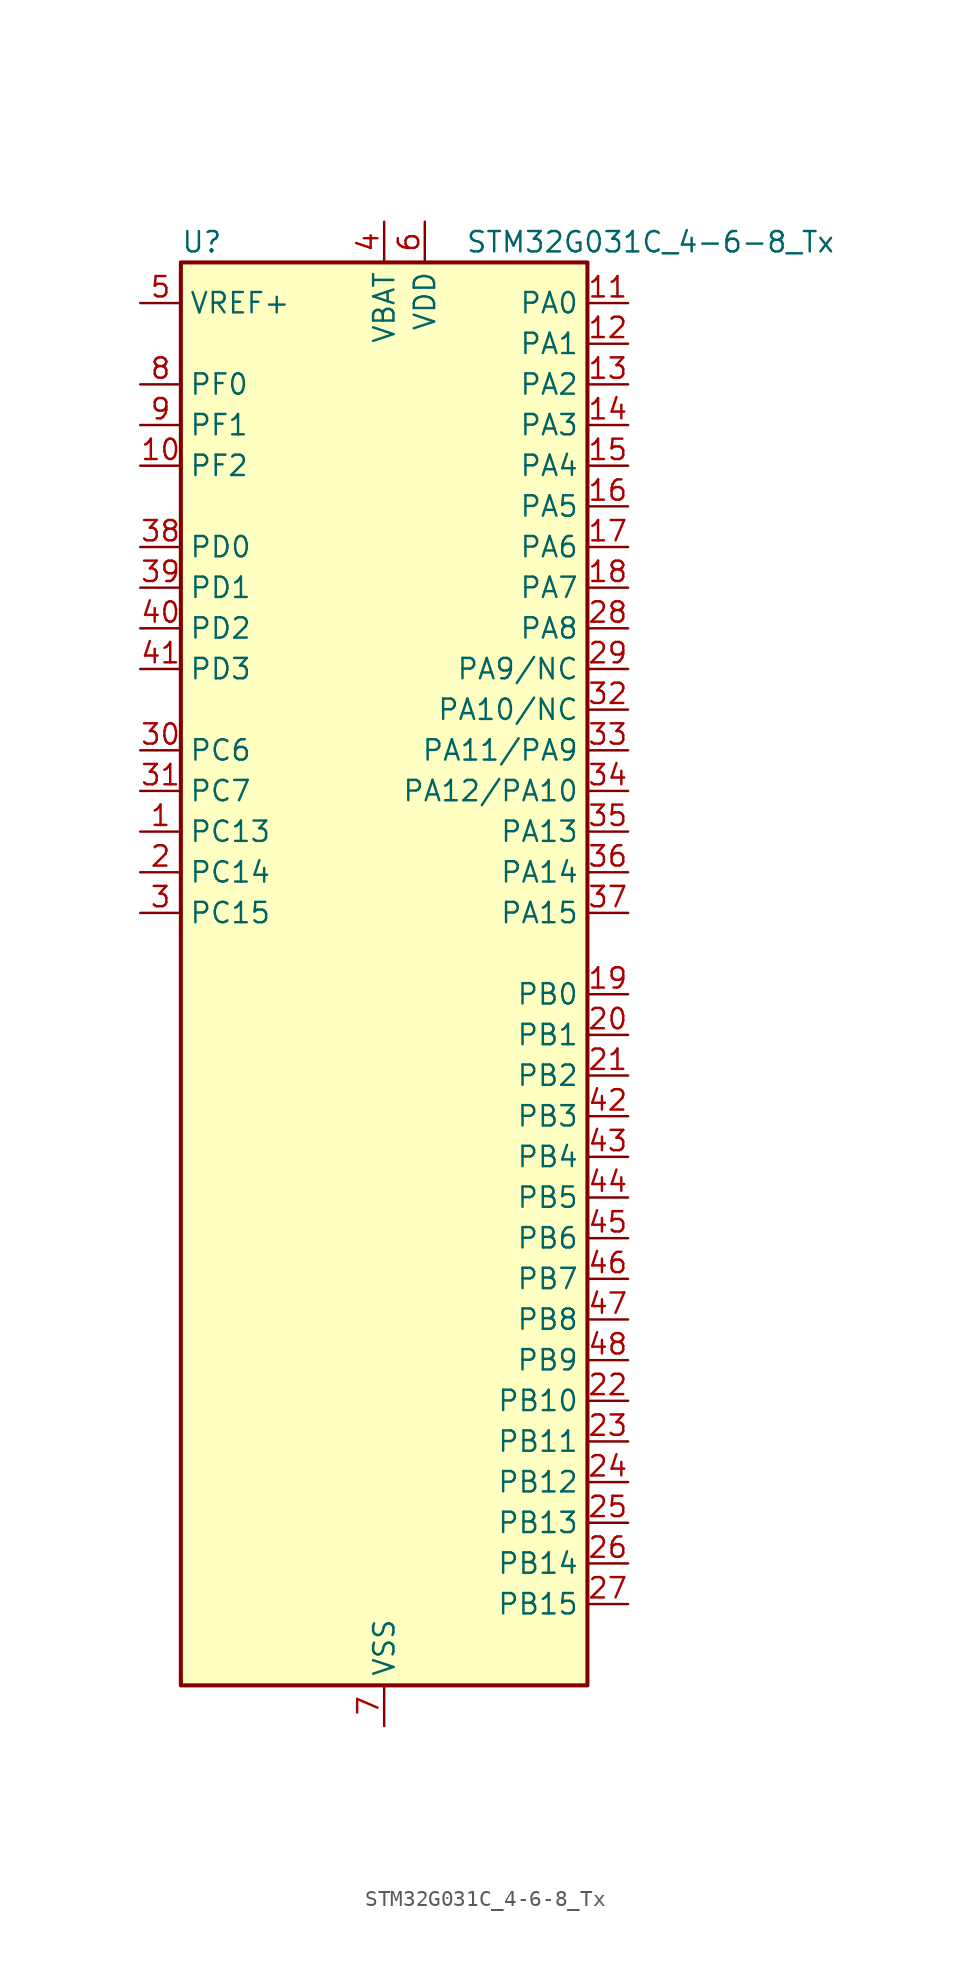
<source format=kicad_sym>
(kicad_symbol_lib
  (version 20220914)
  (generator kicad_symbol_editor)
  (symbol "STM32G031C_4-6-8_Tx"
    (property "Reference" "U"
      (at -12.7 46.99 0)
      (effects (font (size 1.27 1.27)) (justify left)))
    (property "Value" "STM32G031C_4-6-8_Tx"
      (at 5.08 46.99 0)
      (effects (font (size 1.27 1.27)) (justify left)))
    (property "ki_locked" ""
      (at 0 0 0)
      (effects (font (size 1.27 1.27))))
    (symbol "STM32G031C_4-6-8_Tx_0_1"
      (rectangle (start -12.7 -43.18) (end 12.7 45.72) (stroke (width 0.254) (type default)) (fill (type background))))
    (symbol "STM32G031C_4-6-8_Tx_1_1"
      (pin bidirectional line (at -15.24 10.16 0) (length 2.54) (name "PC13" (effects (font (size 1.27 1.27)))) (number "1" (effects (font (size 1.27 1.27)))) (alternate "RTC_OUT_ALARM" bidirectional line) (alternate "RTC_OUT_CALIB" bidirectional line) (alternate "RTC_TAMP_IN1" bidirectional line) (alternate "RTC_TS" bidirectional line) (alternate "SYS_WKUP2" bidirectional line) (alternate "TIM1_BK" bidirectional line))
      (pin bidirectional line (at -15.24 33.02 0) (length 2.54) (name "PF2" (effects (font (size 1.27 1.27)))) (number "10" (effects (font (size 1.27 1.27)))) (alternate "RCC_MCO" bidirectional line))
      (pin bidirectional line (at 15.24 43.18 180) (length 2.54) (name "PA0" (effects (font (size 1.27 1.27)))) (number "11" (effects (font (size 1.27 1.27)))) (alternate "ADC1_IN0" bidirectional line) (alternate "LPTIM1_OUT" bidirectional line) (alternate "RTC_TAMP_IN2" bidirectional line) (alternate "SPI2_SCK" bidirectional line) (alternate "SYS_WKUP1" bidirectional line) (alternate "TIM2_CH1" bidirectional line) (alternate "TIM2_ETR" bidirectional line) (alternate "USART2_CTS" bidirectional line) (alternate "USART2_NSS" bidirectional line))
      (pin bidirectional line (at 15.24 40.64 180) (length 2.54) (name "PA1" (effects (font (size 1.27 1.27)))) (number "12" (effects (font (size 1.27 1.27)))) (alternate "ADC1_IN1" bidirectional line) (alternate "I2C1_SMBA" bidirectional line) (alternate "I2S1_CK" bidirectional line) (alternate "SPI1_SCK" bidirectional line) (alternate "TIM2_CH2" bidirectional line) (alternate "USART2_CK" bidirectional line) (alternate "USART2_DE" bidirectional line) (alternate "USART2_RTS" bidirectional line))
      (pin bidirectional line (at 15.24 38.1 180) (length 2.54) (name "PA2" (effects (font (size 1.27 1.27)))) (number "13" (effects (font (size 1.27 1.27)))) (alternate "ADC1_IN2" bidirectional line) (alternate "I2S1_SD" bidirectional line) (alternate "LPUART1_TX" bidirectional line) (alternate "RCC_LSCO" bidirectional line) (alternate "SPI1_MOSI" bidirectional line) (alternate "SYS_WKUP4" bidirectional line) (alternate "TIM2_CH3" bidirectional line) (alternate "USART2_TX" bidirectional line))
      (pin bidirectional line (at 15.24 35.56 180) (length 2.54) (name "PA3" (effects (font (size 1.27 1.27)))) (number "14" (effects (font (size 1.27 1.27)))) (alternate "ADC1_IN3" bidirectional line) (alternate "LPUART1_RX" bidirectional line) (alternate "SPI2_MISO" bidirectional line) (alternate "TIM2_CH4" bidirectional line) (alternate "USART2_RX" bidirectional line))
      (pin bidirectional line (at 15.24 33.02 180) (length 2.54) (name "PA4" (effects (font (size 1.27 1.27)))) (number "15" (effects (font (size 1.27 1.27)))) (alternate "ADC1_IN4" bidirectional line) (alternate "I2S1_WS" bidirectional line) (alternate "LPTIM2_OUT" bidirectional line) (alternate "RTC_OUT_ALARM" bidirectional line) (alternate "RTC_OUT_CALIB" bidirectional line) (alternate "SPI1_NSS" bidirectional line) (alternate "SPI2_MOSI" bidirectional line) (alternate "TIM14_CH1" bidirectional line))
      (pin bidirectional line (at 15.24 30.48 180) (length 2.54) (name "PA5" (effects (font (size 1.27 1.27)))) (number "16" (effects (font (size 1.27 1.27)))) (alternate "ADC1_IN5" bidirectional line) (alternate "I2S1_CK" bidirectional line) (alternate "LPTIM2_ETR" bidirectional line) (alternate "SPI1_SCK" bidirectional line) (alternate "TIM2_CH1" bidirectional line) (alternate "TIM2_ETR" bidirectional line))
      (pin bidirectional line (at 15.24 27.94 180) (length 2.54) (name "PA6" (effects (font (size 1.27 1.27)))) (number "17" (effects (font (size 1.27 1.27)))) (alternate "ADC1_IN6" bidirectional line) (alternate "I2S1_MCK" bidirectional line) (alternate "LPUART1_CTS" bidirectional line) (alternate "SPI1_MISO" bidirectional line) (alternate "TIM16_CH1" bidirectional line) (alternate "TIM1_BK" bidirectional line) (alternate "TIM3_CH1" bidirectional line))
      (pin bidirectional line (at 15.24 25.4 180) (length 2.54) (name "PA7" (effects (font (size 1.27 1.27)))) (number "18" (effects (font (size 1.27 1.27)))) (alternate "ADC1_IN7" bidirectional line) (alternate "I2S1_SD" bidirectional line) (alternate "SPI1_MOSI" bidirectional line) (alternate "TIM14_CH1" bidirectional line) (alternate "TIM17_CH1" bidirectional line) (alternate "TIM1_CH1N" bidirectional line) (alternate "TIM3_CH2" bidirectional line))
      (pin bidirectional line (at 15.24 0 180) (length 2.54) (name "PB0" (effects (font (size 1.27 1.27)))) (number "19" (effects (font (size 1.27 1.27)))) (alternate "ADC1_IN8" bidirectional line) (alternate "I2S1_WS" bidirectional line) (alternate "LPTIM1_OUT" bidirectional line) (alternate "SPI1_NSS" bidirectional line) (alternate "TIM1_CH2N" bidirectional line) (alternate "TIM3_CH3" bidirectional line))
      (pin bidirectional line (at -15.24 7.62 0) (length 2.54) (name "PC14" (effects (font (size 1.27 1.27)))) (number "2" (effects (font (size 1.27 1.27)))) (alternate "RCC_OSC32_IN" bidirectional line) (alternate "TIM1_BK2" bidirectional line))
      (pin bidirectional line (at 15.24 -2.54 180) (length 2.54) (name "PB1" (effects (font (size 1.27 1.27)))) (number "20" (effects (font (size 1.27 1.27)))) (alternate "ADC1_IN9" bidirectional line) (alternate "LPTIM2_IN1" bidirectional line) (alternate "LPUART1_DE" bidirectional line) (alternate "LPUART1_RTS" bidirectional line) (alternate "TIM14_CH1" bidirectional line) (alternate "TIM1_CH3N" bidirectional line) (alternate "TIM3_CH4" bidirectional line))
      (pin bidirectional line (at 15.24 -5.08 180) (length 2.54) (name "PB2" (effects (font (size 1.27 1.27)))) (number "21" (effects (font (size 1.27 1.27)))) (alternate "ADC1_IN10" bidirectional line) (alternate "LPTIM1_OUT" bidirectional line) (alternate "SPI2_MISO" bidirectional line))
      (pin bidirectional line (at 15.24 -25.4 180) (length 2.54) (name "PB10" (effects (font (size 1.27 1.27)))) (number "22" (effects (font (size 1.27 1.27)))) (alternate "ADC1_IN11" bidirectional line) (alternate "I2C2_SCL" bidirectional line) (alternate "LPUART1_RX" bidirectional line) (alternate "SPI2_SCK" bidirectional line) (alternate "TIM2_CH3" bidirectional line))
      (pin bidirectional line (at 15.24 -27.94 180) (length 2.54) (name "PB11" (effects (font (size 1.27 1.27)))) (number "23" (effects (font (size 1.27 1.27)))) (alternate "ADC1_EXTI11" bidirectional line) (alternate "ADC1_IN15" bidirectional line) (alternate "I2C2_SDA" bidirectional line) (alternate "LPUART1_TX" bidirectional line) (alternate "SPI2_MOSI" bidirectional line) (alternate "TIM2_CH4" bidirectional line))
      (pin bidirectional line (at 15.24 -30.48 180) (length 2.54) (name "PB12" (effects (font (size 1.27 1.27)))) (number "24" (effects (font (size 1.27 1.27)))) (alternate "ADC1_IN16" bidirectional line) (alternate "LPUART1_DE" bidirectional line) (alternate "LPUART1_RTS" bidirectional line) (alternate "SPI2_NSS" bidirectional line) (alternate "TIM1_BK" bidirectional line))
      (pin bidirectional line (at 15.24 -33.02 180) (length 2.54) (name "PB13" (effects (font (size 1.27 1.27)))) (number "25" (effects (font (size 1.27 1.27)))) (alternate "I2C2_SCL" bidirectional line) (alternate "LPUART1_CTS" bidirectional line) (alternate "SPI2_SCK" bidirectional line) (alternate "TIM1_CH1N" bidirectional line))
      (pin bidirectional line (at 15.24 -35.56 180) (length 2.54) (name "PB14" (effects (font (size 1.27 1.27)))) (number "26" (effects (font (size 1.27 1.27)))) (alternate "I2C2_SDA" bidirectional line) (alternate "SPI2_MISO" bidirectional line) (alternate "TIM1_CH2N" bidirectional line))
      (pin bidirectional line (at 15.24 -38.1 180) (length 2.54) (name "PB15" (effects (font (size 1.27 1.27)))) (number "27" (effects (font (size 1.27 1.27)))) (alternate "RTC_REFIN" bidirectional line) (alternate "SPI2_MOSI" bidirectional line) (alternate "TIM1_CH3N" bidirectional line))
      (pin bidirectional line (at 15.24 22.86 180) (length 2.54) (name "PA8" (effects (font (size 1.27 1.27)))) (number "28" (effects (font (size 1.27 1.27)))) (alternate "LPTIM2_OUT" bidirectional line) (alternate "RCC_MCO" bidirectional line) (alternate "SPI2_NSS" bidirectional line) (alternate "TIM1_CH1" bidirectional line))
      (pin bidirectional line (at 15.24 20.32 180) (length 2.54) (name "PA9/NC" (effects (font (size 1.27 1.27)))) (number "29" (effects (font (size 1.27 1.27)))) (alternate "I2C1_SCL" bidirectional line) (alternate "RCC_MCO" bidirectional line) (alternate "SPI2_MISO" bidirectional line) (alternate "TIM1_CH2" bidirectional line) (alternate "USART1_TX" bidirectional line))
      (pin bidirectional line (at -15.24 5.08 0) (length 2.54) (name "PC15" (effects (font (size 1.27 1.27)))) (number "3" (effects (font (size 1.27 1.27)))) (alternate "RCC_OSC32_EN" bidirectional line) (alternate "RCC_OSC32_OUT" bidirectional line) (alternate "RCC_OSC_EN" bidirectional line))
      (pin bidirectional line (at -15.24 15.24 0) (length 2.54) (name "PC6" (effects (font (size 1.27 1.27)))) (number "30" (effects (font (size 1.27 1.27)))) (alternate "TIM2_CH3" bidirectional line) (alternate "TIM3_CH1" bidirectional line))
      (pin bidirectional line (at -15.24 12.7 0) (length 2.54) (name "PC7" (effects (font (size 1.27 1.27)))) (number "31" (effects (font (size 1.27 1.27)))) (alternate "TIM2_CH4" bidirectional line) (alternate "TIM3_CH2" bidirectional line))
      (pin bidirectional line (at 15.24 17.78 180) (length 2.54) (name "PA10/NC" (effects (font (size 1.27 1.27)))) (number "32" (effects (font (size 1.27 1.27)))) (alternate "I2C1_SDA" bidirectional line) (alternate "SPI2_MOSI" bidirectional line) (alternate "TIM17_BK" bidirectional line) (alternate "TIM1_CH3" bidirectional line) (alternate "USART1_RX" bidirectional line))
      (pin bidirectional line (at 15.24 15.24 180) (length 2.54) (name "PA11/PA9" (effects (font (size 1.27 1.27)))) (number "33" (effects (font (size 1.27 1.27)))) (alternate "ADC1_EXTI11" bidirectional line) (alternate "I2C2_SCL" bidirectional line) (alternate "I2S1_MCK" bidirectional line) (alternate "SPI1_MISO" bidirectional line) (alternate "TIM1_BK2" bidirectional line) (alternate "TIM1_CH4" bidirectional line) (alternate "USART1_CTS" bidirectional line) (alternate "USART1_NSS" bidirectional line))
      (pin bidirectional line (at 15.24 12.7 180) (length 2.54) (name "PA12/PA10" (effects (font (size 1.27 1.27)))) (number "34" (effects (font (size 1.27 1.27)))) (alternate "I2C2_SDA" bidirectional line) (alternate "I2S1_SD" bidirectional line) (alternate "I2S_CKIN" bidirectional line) (alternate "SPI1_MOSI" bidirectional line) (alternate "TIM1_ETR" bidirectional line) (alternate "USART1_CK" bidirectional line) (alternate "USART1_DE" bidirectional line) (alternate "USART1_RTS" bidirectional line))
      (pin bidirectional line (at 15.24 10.16 180) (length 2.54) (name "PA13" (effects (font (size 1.27 1.27)))) (number "35" (effects (font (size 1.27 1.27)))) (alternate "ADC1_IN17" bidirectional line) (alternate "IR_OUT" bidirectional line) (alternate "SYS_SWDIO" bidirectional line))
      (pin bidirectional line (at 15.24 7.62 180) (length 2.54) (name "PA14" (effects (font (size 1.27 1.27)))) (number "36" (effects (font (size 1.27 1.27)))) (alternate "ADC1_IN18" bidirectional line) (alternate "SYS_SWCLK" bidirectional line) (alternate "USART2_TX" bidirectional line))
      (pin bidirectional line (at 15.24 5.08 180) (length 2.54) (name "PA15" (effects (font (size 1.27 1.27)))) (number "37" (effects (font (size 1.27 1.27)))) (alternate "I2S1_WS" bidirectional line) (alternate "SPI1_NSS" bidirectional line) (alternate "TIM2_CH1" bidirectional line) (alternate "TIM2_ETR" bidirectional line) (alternate "USART2_RX" bidirectional line))
      (pin bidirectional line (at -15.24 27.94 0) (length 2.54) (name "PD0" (effects (font (size 1.27 1.27)))) (number "38" (effects (font (size 1.27 1.27)))) (alternate "SPI2_NSS" bidirectional line) (alternate "TIM16_CH1" bidirectional line))
      (pin bidirectional line (at -15.24 25.4 0) (length 2.54) (name "PD1" (effects (font (size 1.27 1.27)))) (number "39" (effects (font (size 1.27 1.27)))) (alternate "SPI2_SCK" bidirectional line) (alternate "TIM17_CH1" bidirectional line))
      (pin power_in line (at 0 48.26 270) (length 2.54) (name "VBAT" (effects (font (size 1.27 1.27)))) (number "4" (effects (font (size 1.27 1.27)))))
      (pin bidirectional line (at -15.24 22.86 0) (length 2.54) (name "PD2" (effects (font (size 1.27 1.27)))) (number "40" (effects (font (size 1.27 1.27)))) (alternate "TIM1_CH1N" bidirectional line) (alternate "TIM3_ETR" bidirectional line))
      (pin bidirectional line (at -15.24 20.32 0) (length 2.54) (name "PD3" (effects (font (size 1.27 1.27)))) (number "41" (effects (font (size 1.27 1.27)))) (alternate "SPI2_MISO" bidirectional line) (alternate "TIM1_CH2N" bidirectional line) (alternate "USART2_CTS" bidirectional line) (alternate "USART2_NSS" bidirectional line))
      (pin bidirectional line (at 15.24 -7.62 180) (length 2.54) (name "PB3" (effects (font (size 1.27 1.27)))) (number "42" (effects (font (size 1.27 1.27)))) (alternate "I2S1_CK" bidirectional line) (alternate "SPI1_SCK" bidirectional line) (alternate "TIM1_CH2" bidirectional line) (alternate "TIM2_CH2" bidirectional line) (alternate "USART1_CK" bidirectional line) (alternate "USART1_DE" bidirectional line) (alternate "USART1_RTS" bidirectional line))
      (pin bidirectional line (at 15.24 -10.16 180) (length 2.54) (name "PB4" (effects (font (size 1.27 1.27)))) (number "43" (effects (font (size 1.27 1.27)))) (alternate "I2S1_MCK" bidirectional line) (alternate "SPI1_MISO" bidirectional line) (alternate "TIM17_BK" bidirectional line) (alternate "TIM3_CH1" bidirectional line) (alternate "USART1_CTS" bidirectional line) (alternate "USART1_NSS" bidirectional line))
      (pin bidirectional line (at 15.24 -12.7 180) (length 2.54) (name "PB5" (effects (font (size 1.27 1.27)))) (number "44" (effects (font (size 1.27 1.27)))) (alternate "I2C1_SMBA" bidirectional line) (alternate "I2S1_SD" bidirectional line) (alternate "LPTIM1_IN1" bidirectional line) (alternate "SPI1_MOSI" bidirectional line) (alternate "SYS_WKUP6" bidirectional line) (alternate "TIM16_BK" bidirectional line) (alternate "TIM3_CH2" bidirectional line))
      (pin bidirectional line (at 15.24 -15.24 180) (length 2.54) (name "PB6" (effects (font (size 1.27 1.27)))) (number "45" (effects (font (size 1.27 1.27)))) (alternate "I2C1_SCL" bidirectional line) (alternate "LPTIM1_ETR" bidirectional line) (alternate "SPI2_MISO" bidirectional line) (alternate "TIM16_CH1N" bidirectional line) (alternate "TIM1_CH3" bidirectional line) (alternate "USART1_TX" bidirectional line))
      (pin bidirectional line (at 15.24 -17.78 180) (length 2.54) (name "PB7" (effects (font (size 1.27 1.27)))) (number "46" (effects (font (size 1.27 1.27)))) (alternate "I2C1_SDA" bidirectional line) (alternate "LPTIM1_IN2" bidirectional line) (alternate "SPI2_MOSI" bidirectional line) (alternate "SYS_PVD_IN" bidirectional line) (alternate "TIM17_CH1N" bidirectional line) (alternate "USART1_RX" bidirectional line))
      (pin bidirectional line (at 15.24 -20.32 180) (length 2.54) (name "PB8" (effects (font (size 1.27 1.27)))) (number "47" (effects (font (size 1.27 1.27)))) (alternate "I2C1_SCL" bidirectional line) (alternate "SPI2_SCK" bidirectional line) (alternate "TIM16_CH1" bidirectional line))
      (pin bidirectional line (at 15.24 -22.86 180) (length 2.54) (name "PB9" (effects (font (size 1.27 1.27)))) (number "48" (effects (font (size 1.27 1.27)))) (alternate "I2C1_SDA" bidirectional line) (alternate "IR_OUT" bidirectional line) (alternate "SPI2_NSS" bidirectional line) (alternate "TIM17_CH1" bidirectional line))
      (pin input line (at -15.24 43.18 0) (length 2.54) (name "VREF+" (effects (font (size 1.27 1.27)))) (number "5" (effects (font (size 1.27 1.27)))) (alternate "VREFBUF_OUT" bidirectional line))
      (pin power_in line (at 2.54 48.26 270) (length 2.54) (name "VDD" (effects (font (size 1.27 1.27)))) (number "6" (effects (font (size 1.27 1.27)))))
      (pin power_in line (at 0 -45.72 90) (length 2.54) (name "VSS" (effects (font (size 1.27 1.27)))) (number "7" (effects (font (size 1.27 1.27)))))
      (pin bidirectional line (at -15.24 38.1 0) (length 2.54) (name "PF0" (effects (font (size 1.27 1.27)))) (number "8" (effects (font (size 1.27 1.27)))) (alternate "RCC_OSC_IN" bidirectional line) (alternate "TIM14_CH1" bidirectional line))
      (pin bidirectional line (at -15.24 35.56 0) (length 2.54) (name "PF1" (effects (font (size 1.27 1.27)))) (number "9" (effects (font (size 1.27 1.27)))) (alternate "RCC_OSC_EN" bidirectional line) (alternate "RCC_OSC_OUT" bidirectional line)))))
</source>
